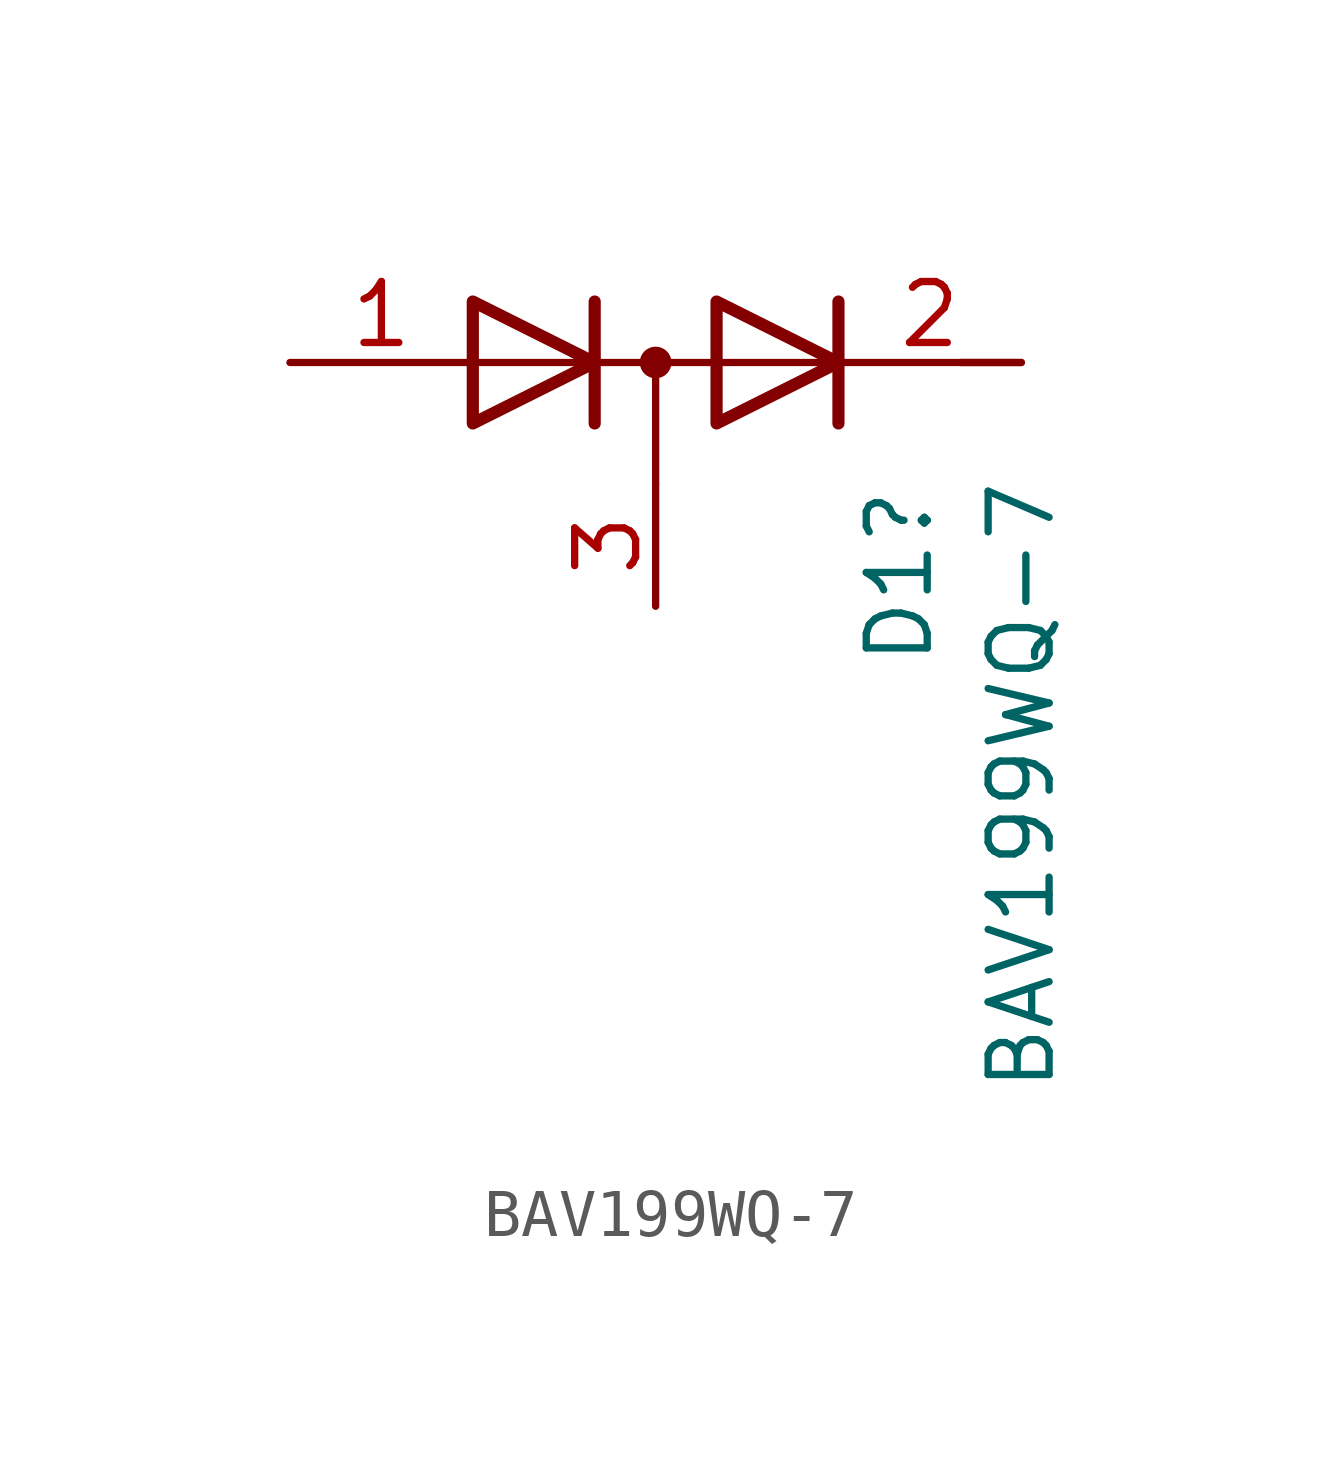
<source format=kicad_sym>
(kicad_symbol_lib
  (version 20220914)
  (generator kicad_symbol_editor)
  (symbol "BAV199WQ-7"
    (property "Reference" "D1"
      (at 12.7 -6.35 90)
      (effects (font (size 1.27 1.27)) (justify left)))
    (property "Value" "BAV199WQ-7"
      (at 15.24 -15.24 90)
      (effects (font (size 1.27 1.27)) (justify left)))
    (symbol "BAV199WQ-7_0_1"
      (polyline (pts (xy 3.81 0) (xy 11.43 0)) (stroke (width 0) (type default)) (fill (type none)))
      (polyline (pts (xy 7.62 0) (xy 7.62 -2.54)) (stroke (width 0) (type default)) (fill (type none)))
      (polyline (pts (xy 13.97 0) (xy 15.24 0)) (stroke (width 0) (type default)) (fill (type none)))
      (polyline (pts (xy 6.35 -1.27) (xy 6.35 1.27) (xy 6.35 1.27)) (stroke (width 0.254) (type default)) (fill (type none)))
      (polyline (pts (xy 11.43 1.27) (xy 11.43 -1.27) (xy 11.43 -1.27)) (stroke (width 0.254) (type default)) (fill (type none)))
      (polyline (pts (xy 3.81 1.27) (xy 6.35 0) (xy 3.81 -1.27) (xy 3.81 1.27) (xy 3.81 1.27) (xy 3.81 1.27)) (stroke (width 0.254) (type default)) (fill (type none)))
      (polyline (pts (xy 8.89 1.27) (xy 11.43 0) (xy 8.89 -1.27) (xy 8.89 1.27) (xy 8.89 1.27) (xy 8.89 1.27)) (stroke (width 0.254) (type default)) (fill (type none)))
      (circle (center 7.62 0) (radius 0.254) (stroke (width 0) (type default)) (fill (type outline))))
    (symbol "BAV199WQ-7_1_1"
      (pin passive line (at 0 0 0) (length 3.81) (name "" (effects (font (size 1.27 1.27)))) (number "1" (effects (font (size 1.27 1.27)))))
      (pin passive line (at 15.24 0 180) (length 3.81) (name "" (effects (font (size 1.27 1.27)))) (number "2" (effects (font (size 1.27 1.27)))))
      (pin passive line (at 7.62 -5.08 90) (length 2.54) (name "" (effects (font (size 1.27 1.27)))) (number "3" (effects (font (size 1.27 1.27))))))))
</source>
